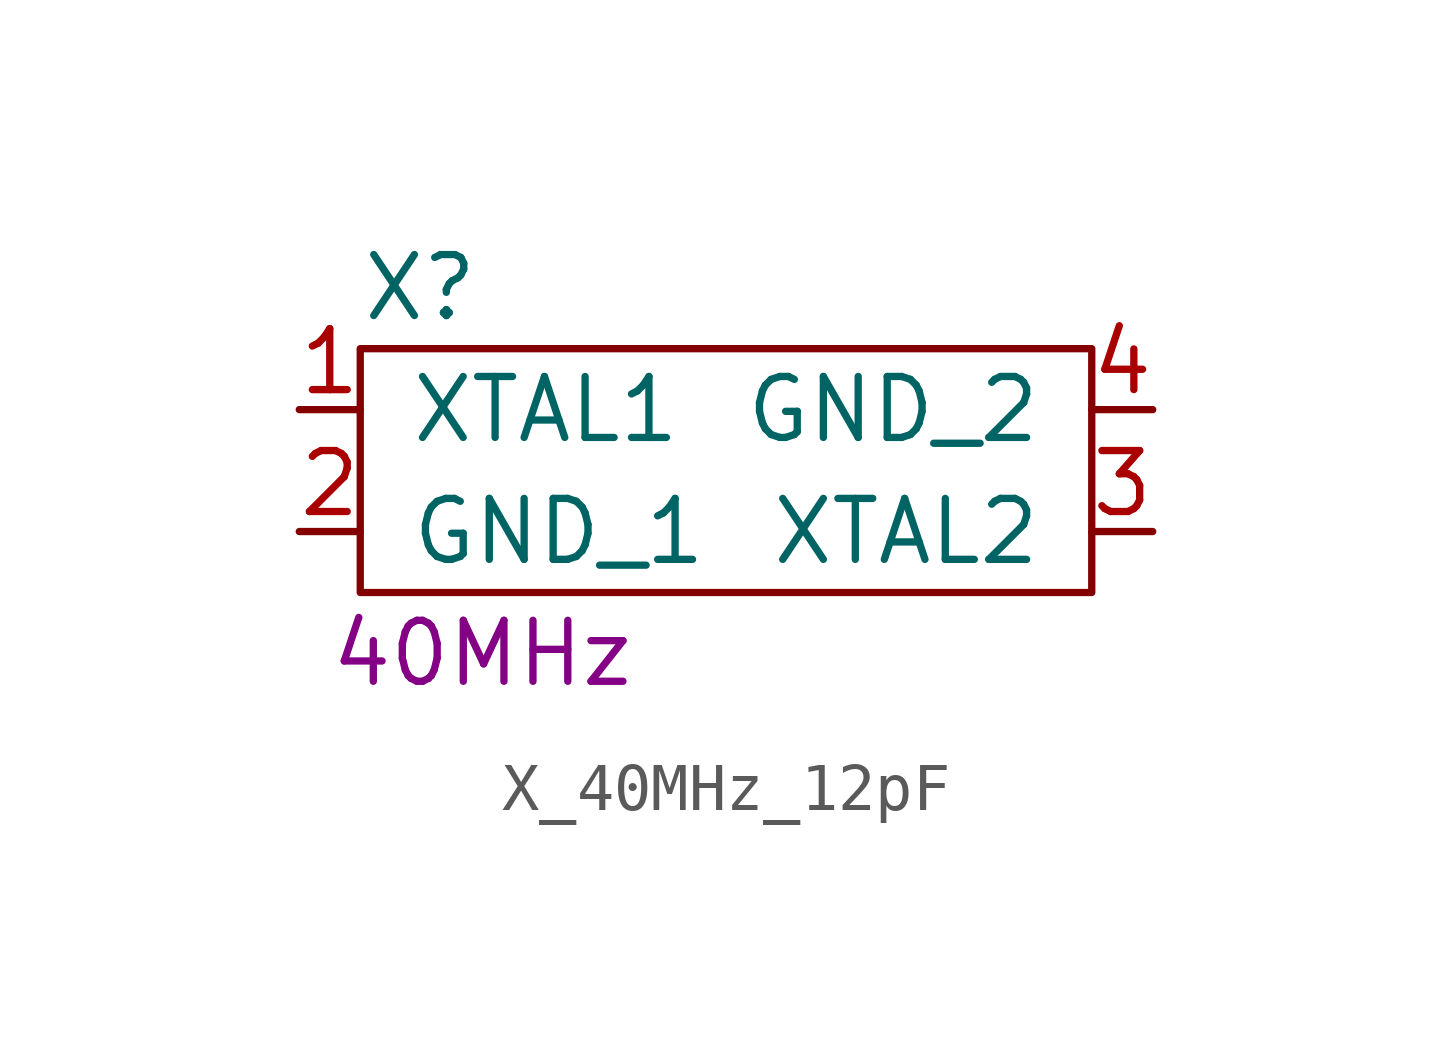
<source format=kicad_sym>
(kicad_symbol_lib
  (version 20211014)
  (generator kicad_symbol_editor)
  (symbol "X_40MHz_12pF"
    (pin_names
      (offset 1.016))
    (property "Reference" "X"
      (at -7.62 3.81 0)
      (effects (font (size 1.27 1.27)) (justify left)))
    (property "Spec." "40MHz"
      (at -5.08 -3.81 0)
      (effects (font (size 1.27 1.27))))
    (symbol "X_40MHz_12pF_0_1"
      (rectangle (start -7.62 2.54) (end 7.62 -2.54) (stroke (width 0) (type default) (color 0 0 0 0)) (fill (type none))))
    (symbol "X_40MHz_12pF_1_1"
      (pin input line (at -8.89 1.27 0) (length 1.27) (name "XTAL1" (effects (font (size 1.27 1.27)))) (number "1" (effects (font (size 1.27 1.27)))))
      (pin input line (at -8.89 -1.27 0) (length 1.27) (name "GND_1" (effects (font (size 1.27 1.27)))) (number "2" (effects (font (size 1.27 1.27)))))
      (pin input line (at 8.89 -1.27 180) (length 1.27) (name "XTAL2" (effects (font (size 1.27 1.27)))) (number "3" (effects (font (size 1.27 1.27)))))
      (pin input line (at 8.89 1.27 180) (length 1.27) (name "GND_2" (effects (font (size 1.27 1.27)))) (number "4" (effects (font (size 1.27 1.27))))))))
</source>
